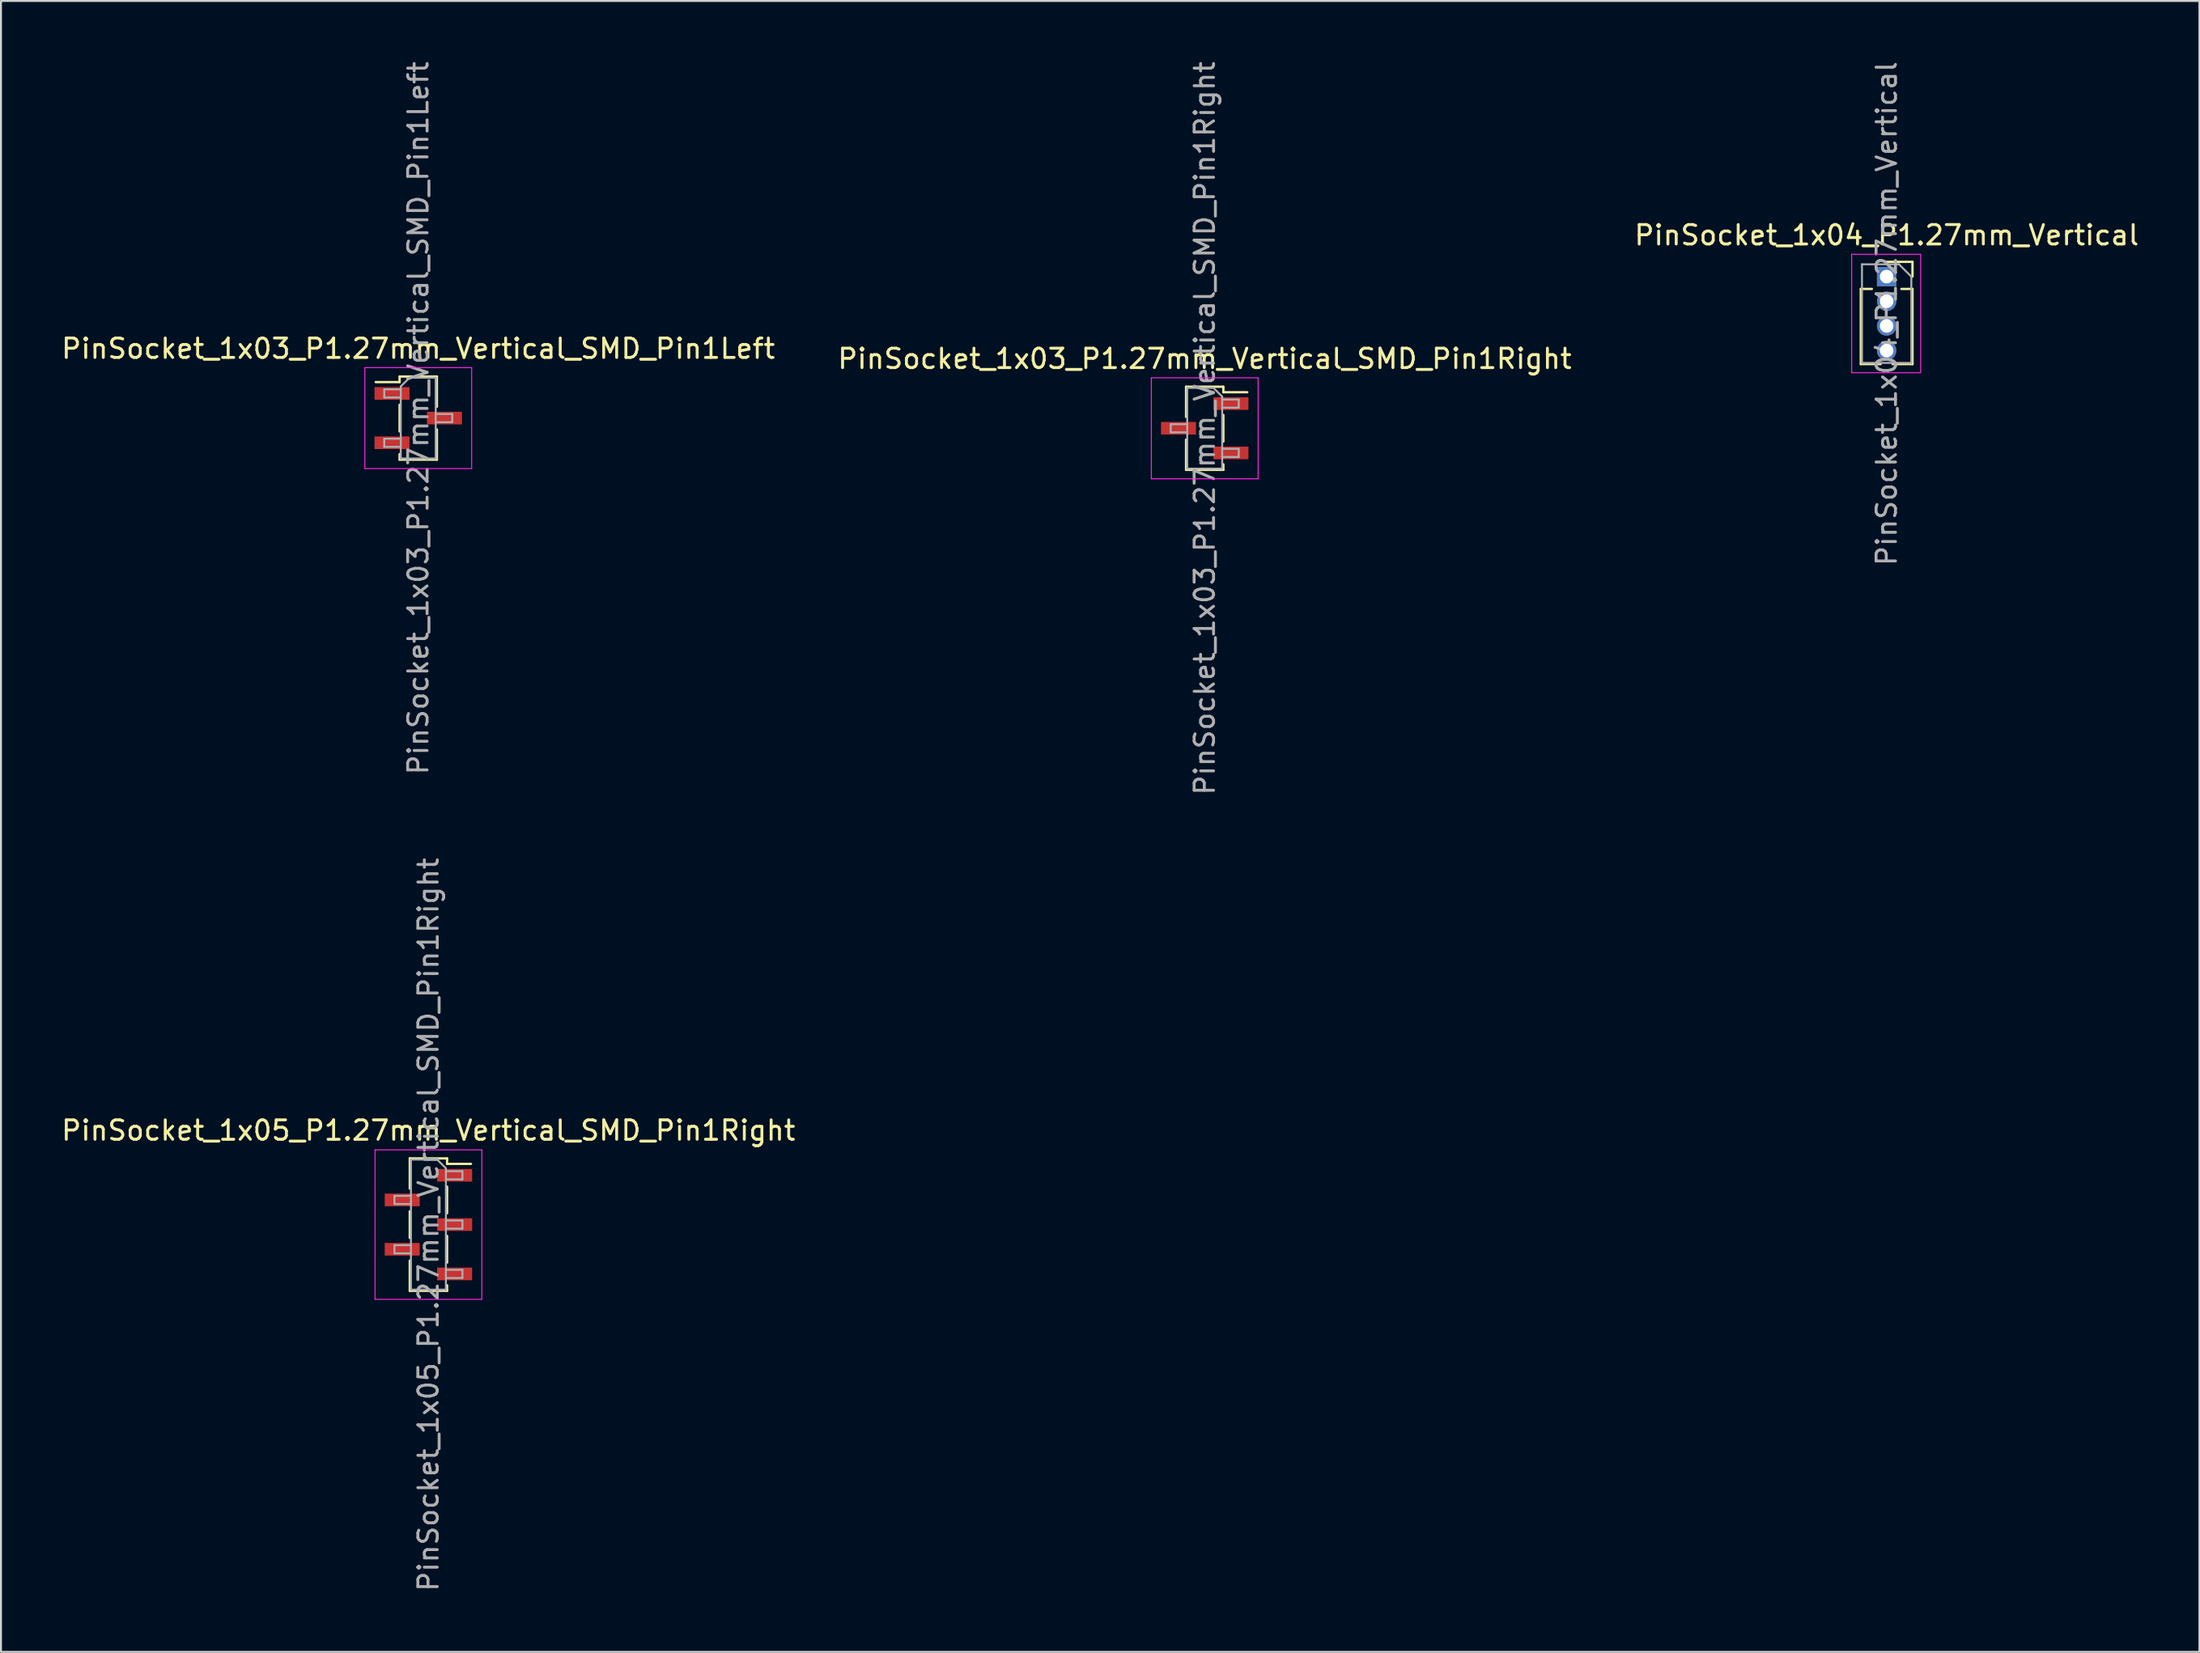
<source format=kicad_pcb>
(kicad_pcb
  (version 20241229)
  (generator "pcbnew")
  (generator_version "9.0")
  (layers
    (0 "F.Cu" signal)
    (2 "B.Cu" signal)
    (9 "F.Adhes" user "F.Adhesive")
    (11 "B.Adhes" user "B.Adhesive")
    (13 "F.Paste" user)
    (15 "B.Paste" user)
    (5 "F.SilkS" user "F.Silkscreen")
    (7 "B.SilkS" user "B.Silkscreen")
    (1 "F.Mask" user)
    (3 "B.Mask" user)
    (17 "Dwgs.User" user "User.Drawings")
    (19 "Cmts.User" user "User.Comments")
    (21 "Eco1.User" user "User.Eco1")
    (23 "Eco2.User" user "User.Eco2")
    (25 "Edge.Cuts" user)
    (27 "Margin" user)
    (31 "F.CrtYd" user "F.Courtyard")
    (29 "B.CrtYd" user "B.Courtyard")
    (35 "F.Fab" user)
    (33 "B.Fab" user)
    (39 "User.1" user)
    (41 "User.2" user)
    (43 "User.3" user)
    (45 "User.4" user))
  (footprint "PinSocket_1x04_P1.27mm_Vertical"
    (layer "F.Cu")
    (at 94.077 11.196)
    (property "Reference" "PinSocket_1x04_P1.27mm_Vertical" (at 0 -2.135 0) (layer "F.SilkS") (effects (font (size 1 1) (thickness 0.15))))
    (attr through_hole)
    (fp_line (start -1.33 0.635) (end -1.33 4.505) (stroke (width 0.12) (type solid)) (layer "F.SilkS"))
    (fp_line (start -1.33 0.635) (end -0.76 0.635) (stroke (width 0.12) (type solid)) (layer "F.SilkS"))
    (fp_line (start -1.33 4.505) (end -0.308 4.505) (stroke (width 0.12) (type solid)) (layer "F.SilkS"))
    (fp_line (start 0 -0.76) (end 1.33 -0.76) (stroke (width 0.12) (type solid)) (layer "F.SilkS"))
    (fp_line (start 0.308 4.505) (end 1.33 4.505) (stroke (width 0.12) (type solid)) (layer "F.SilkS"))
    (fp_line (start 0.76 0.635) (end 1.33 0.635) (stroke (width 0.12) (type solid)) (layer "F.SilkS"))
    (fp_line (start 1.33 -0.76) (end 1.33 0) (stroke (width 0.12) (type solid)) (layer "F.SilkS"))
    (fp_line (start 1.33 0.635) (end 1.33 4.505) (stroke (width 0.12) (type solid)) (layer "F.SilkS"))
    (fp_line (start -1.8 -1.15) (end 1.75 -1.15) (stroke (width 0.05) (type solid)) (layer "F.CrtYd"))
    (fp_line (start -1.8 4.95) (end -1.8 -1.15) (stroke (width 0.05) (type solid)) (layer "F.CrtYd"))
    (fp_line (start 1.75 -1.15) (end 1.75 4.95) (stroke (width 0.05) (type solid)) (layer "F.CrtYd"))
    (fp_line (start 1.75 4.95) (end -1.8 4.95) (stroke (width 0.05) (type solid)) (layer "F.CrtYd"))
    (fp_line (start -1.27 -0.635) (end 0.635 -0.635) (stroke (width 0.1) (type solid)) (layer "F.Fab"))
    (fp_line (start -1.27 4.445) (end -1.27 -0.635) (stroke (width 0.1) (type solid)) (layer "F.Fab"))
    (fp_line (start 0.635 -0.635) (end 1.27 0) (stroke (width 0.1) (type solid)) (layer "F.Fab"))
    (fp_line (start 1.27 0) (end 1.27 4.445) (stroke (width 0.1) (type solid)) (layer "F.Fab"))
    (fp_line (start 1.27 4.445) (end -1.27 4.445) (stroke (width 0.1) (type solid)) (layer "F.Fab"))
    (fp_text user "${REFERENCE}" (at 0 1.905 90) (layer "F.Fab") (effects (font (size 1 1) (thickness 0.15))))
    (pad "1" thru_hole rect (at 0 0) (size 1 1) (drill 0.7) (layers "*.Cu" "*.Mask"))
    (pad "2" thru_hole oval (at 0 1.27) (size 1 1) (drill 0.7) (layers "*.Cu" "*.Mask"))
    (pad "3" thru_hole oval (at 0 2.54) (size 1 1) (drill 0.7) (layers "*.Cu" "*.Mask"))
    (pad "4" thru_hole oval (at 0 3.81) (size 1 1) (drill 0.7) (layers "*.Cu" "*.Mask")))
  (footprint "PinSocket_1x03_P1.27mm_Vertical_SMD_Pin1Right"
    (layer "F.Cu")
    (at 58.97 19.006)
    (property "Reference" "PinSocket_1x03_P1.27mm_Vertical_SMD_Pin1Right" (at 0 -3.58 0) (layer "F.SilkS") (effects (font (size 1 1) (thickness 0.15))))
    (attr smd)
    (fp_line (start -0.96 -2.14) (end -0.96 -0.585) (stroke (width 0.12) (type solid)) (layer "F.SilkS"))
    (fp_line (start -0.96 -2.14) (end 0.96 -2.14) (stroke (width 0.12) (type solid)) (layer "F.SilkS"))
    (fp_line (start -0.96 0.585) (end -0.96 2.14) (stroke (width 0.12) (type solid)) (layer "F.SilkS"))
    (fp_line (start -0.96 2.14) (end 0.96 2.14) (stroke (width 0.12) (type solid)) (layer "F.SilkS"))
    (fp_line (start 0.96 -2.14) (end 0.96 -1.855) (stroke (width 0.12) (type solid)) (layer "F.SilkS"))
    (fp_line (start 0.96 -1.855) (end 2.19 -1.855) (stroke (width 0.12) (type solid)) (layer "F.SilkS"))
    (fp_line (start 0.96 -0.685) (end 0.96 0.685) (stroke (width 0.12) (type solid)) (layer "F.SilkS"))
    (fp_line (start 0.96 1.855) (end 0.96 2.14) (stroke (width 0.12) (type solid)) (layer "F.SilkS"))
    (fp_line (start -2.75 -2.6) (end 2.75 -2.6) (stroke (width 0.05) (type solid)) (layer "F.CrtYd"))
    (fp_line (start -2.75 2.6) (end -2.75 -2.6) (stroke (width 0.05) (type solid)) (layer "F.CrtYd"))
    (fp_line (start 2.75 -2.6) (end 2.75 2.6) (stroke (width 0.05) (type solid)) (layer "F.CrtYd"))
    (fp_line (start 2.75 2.6) (end -2.75 2.6) (stroke (width 0.05) (type solid)) (layer "F.CrtYd"))
    (fp_line (start -1.75 -0.21) (end -0.9 -0.21) (stroke (width 0.1) (type solid)) (layer "F.Fab"))
    (fp_line (start -1.75 0.21) (end -1.75 -0.21) (stroke (width 0.1) (type solid)) (layer "F.Fab"))
    (fp_line (start -0.9 -2.08) (end 0.45 -2.08) (stroke (width 0.1) (type solid)) (layer "F.Fab"))
    (fp_line (start -0.9 0.21) (end -1.75 0.21) (stroke (width 0.1) (type solid)) (layer "F.Fab"))
    (fp_line (start -0.9 2.08) (end -0.9 -2.08) (stroke (width 0.1) (type solid)) (layer "F.Fab"))
    (fp_line (start 0.45 -2.08) (end 0.9 -1.63) (stroke (width 0.1) (type solid)) (layer "F.Fab"))
    (fp_line (start 0.9 -1.63) (end 0.9 2.08) (stroke (width 0.1) (type solid)) (layer "F.Fab"))
    (fp_line (start 0.9 -1.48) (end 1.75 -1.48) (stroke (width 0.1) (type solid)) (layer "F.Fab"))
    (fp_line (start 0.9 1.06) (end 1.75 1.06) (stroke (width 0.1) (type solid)) (layer "F.Fab"))
    (fp_line (start 0.9 2.08) (end -0.9 2.08) (stroke (width 0.1) (type solid)) (layer "F.Fab"))
    (fp_line (start 1.75 -1.48) (end 1.75 -1.06) (stroke (width 0.1) (type solid)) (layer "F.Fab"))
    (fp_line (start 1.75 -1.06) (end 0.9 -1.06) (stroke (width 0.1) (type solid)) (layer "F.Fab"))
    (fp_line (start 1.75 1.06) (end 1.75 1.48) (stroke (width 0.1) (type solid)) (layer "F.Fab"))
    (fp_line (start 1.75 1.48) (end 0.9 1.48) (stroke (width 0.1) (type solid)) (layer "F.Fab"))
    (fp_text user "${REFERENCE}" (at 0 0 90) (layer "F.Fab") (effects (font (size 1 1) (thickness 0.15))))
    (pad "1" smd rect (at 1.35 -1.27) (size 1.8 0.65) (layers "F.Cu" "F.Mask" "F.Paste"))
    (pad "2" smd rect (at -1.35 0) (size 1.8 0.65) (layers "F.Cu" "F.Mask" "F.Paste"))
    (pad "3" smd rect (at 1.35 1.27) (size 1.8 0.65) (layers "F.Cu" "F.Mask" "F.Paste")))
  (footprint "PinSocket_1x05_P1.27mm_Vertical_SMD_Pin1Right"
    (layer "F.Cu")
    (at 19.006 60.018)
    (property "Reference" "PinSocket_1x05_P1.27mm_Vertical_SMD_Pin1Right" (at 0 -4.85 0) (layer "F.SilkS") (effects (font (size 1 1) (thickness 0.15))))
    (attr smd)
    (fp_line (start -0.96 -3.41) (end -0.96 -1.855) (stroke (width 0.12) (type solid)) (layer "F.SilkS"))
    (fp_line (start -0.96 -3.41) (end 0.96 -3.41) (stroke (width 0.12) (type solid)) (layer "F.SilkS"))
    (fp_line (start -0.96 -0.685) (end -0.96 0.685) (stroke (width 0.12) (type solid)) (layer "F.SilkS"))
    (fp_line (start -0.96 1.855) (end -0.96 3.41) (stroke (width 0.12) (type solid)) (layer "F.SilkS"))
    (fp_line (start -0.96 3.41) (end 0.96 3.41) (stroke (width 0.12) (type solid)) (layer "F.SilkS"))
    (fp_line (start 0.96 -3.41) (end 0.96 -3.125) (stroke (width 0.12) (type solid)) (layer "F.SilkS"))
    (fp_line (start 0.96 -3.125) (end 2.19 -3.125) (stroke (width 0.12) (type solid)) (layer "F.SilkS"))
    (fp_line (start 0.96 -1.955) (end 0.96 -0.585) (stroke (width 0.12) (type solid)) (layer "F.SilkS"))
    (fp_line (start 0.96 0.585) (end 0.96 1.955) (stroke (width 0.12) (type solid)) (layer "F.SilkS"))
    (fp_line (start 0.96 3.125) (end 0.96 3.41) (stroke (width 0.12) (type solid)) (layer "F.SilkS"))
    (fp_line (start -2.75 -3.85) (end 2.75 -3.85) (stroke (width 0.05) (type solid)) (layer "F.CrtYd"))
    (fp_line (start -2.75 3.85) (end -2.75 -3.85) (stroke (width 0.05) (type solid)) (layer "F.CrtYd"))
    (fp_line (start 2.75 -3.85) (end 2.75 3.85) (stroke (width 0.05) (type solid)) (layer "F.CrtYd"))
    (fp_line (start 2.75 3.85) (end -2.75 3.85) (stroke (width 0.05) (type solid)) (layer "F.CrtYd"))
    (fp_line (start -1.75 -1.48) (end -0.9 -1.48) (stroke (width 0.1) (type solid)) (layer "F.Fab"))
    (fp_line (start -1.75 -1.06) (end -1.75 -1.48) (stroke (width 0.1) (type solid)) (layer "F.Fab"))
    (fp_line (start -1.75 1.06) (end -0.9 1.06) (stroke (width 0.1) (type solid)) (layer "F.Fab"))
    (fp_line (start -1.75 1.48) (end -1.75 1.06) (stroke (width 0.1) (type solid)) (layer "F.Fab"))
    (fp_line (start -0.9 -3.35) (end 0.45 -3.35) (stroke (width 0.1) (type solid)) (layer "F.Fab"))
    (fp_line (start -0.9 -1.06) (end -1.75 -1.06) (stroke (width 0.1) (type solid)) (layer "F.Fab"))
    (fp_line (start -0.9 1.48) (end -1.75 1.48) (stroke (width 0.1) (type solid)) (layer "F.Fab"))
    (fp_line (start -0.9 3.35) (end -0.9 -3.35) (stroke (width 0.1) (type solid)) (layer "F.Fab"))
    (fp_line (start 0.45 -3.35) (end 0.9 -2.9) (stroke (width 0.1) (type solid)) (layer "F.Fab"))
    (fp_line (start 0.9 -2.9) (end 0.9 3.35) (stroke (width 0.1) (type solid)) (layer "F.Fab"))
    (fp_line (start 0.9 -2.75) (end 1.75 -2.75) (stroke (width 0.1) (type solid)) (layer "F.Fab"))
    (fp_line (start 0.9 -0.21) (end 1.75 -0.21) (stroke (width 0.1) (type solid)) (layer "F.Fab"))
    (fp_line (start 0.9 2.33) (end 1.75 2.33) (stroke (width 0.1) (type solid)) (layer "F.Fab"))
    (fp_line (start 0.9 3.35) (end -0.9 3.35) (stroke (width 0.1) (type solid)) (layer "F.Fab"))
    (fp_line (start 1.75 -2.75) (end 1.75 -2.33) (stroke (width 0.1) (type solid)) (layer "F.Fab"))
    (fp_line (start 1.75 -2.33) (end 0.9 -2.33) (stroke (width 0.1) (type solid)) (layer "F.Fab"))
    (fp_line (start 1.75 -0.21) (end 1.75 0.21) (stroke (width 0.1) (type solid)) (layer "F.Fab"))
    (fp_line (start 1.75 0.21) (end 0.9 0.21) (stroke (width 0.1) (type solid)) (layer "F.Fab"))
    (fp_line (start 1.75 2.33) (end 1.75 2.75) (stroke (width 0.1) (type solid)) (layer "F.Fab"))
    (fp_line (start 1.75 2.75) (end 0.9 2.75) (stroke (width 0.1) (type solid)) (layer "F.Fab"))
    (fp_text user "${REFERENCE}" (at 0 0 90) (layer "F.Fab") (effects (font (size 1 1) (thickness 0.15))))
    (pad "1" smd rect (at 1.35 -2.54) (size 1.8 0.65) (layers "F.Cu" "F.Mask" "F.Paste"))
    (pad "2" smd rect (at -1.35 -1.27) (size 1.8 0.65) (layers "F.Cu" "F.Mask" "F.Paste"))
    (pad "3" smd rect (at 1.35 0) (size 1.8 0.65) (layers "F.Cu" "F.Mask" "F.Paste"))
    (pad "4" smd rect (at -1.35 1.27) (size 1.8 0.65) (layers "F.Cu" "F.Mask" "F.Paste"))
    (pad "5" smd rect (at 1.35 2.54) (size 1.8 0.65) (layers "F.Cu" "F.Mask" "F.Paste")))
  (footprint "PinSocket_1x03_P1.27mm_Vertical_SMD_Pin1Left"
    (layer "F.Cu")
    (at 18.482 18.482)
    (property "Reference" "PinSocket_1x03_P1.27mm_Vertical_SMD_Pin1Left" (at 0 -3.58 0) (layer "F.SilkS") (effects (font (size 1 1) (thickness 0.15))))
    (attr smd)
    (fp_line (start -2.19 -1.855) (end -0.96 -1.855) (stroke (width 0.12) (type solid)) (layer "F.SilkS"))
    (fp_line (start -0.96 -2.14) (end -0.96 -1.855) (stroke (width 0.12) (type solid)) (layer "F.SilkS"))
    (fp_line (start -0.96 -2.14) (end 0.96 -2.14) (stroke (width 0.12) (type solid)) (layer "F.SilkS"))
    (fp_line (start -0.96 -0.685) (end -0.96 0.685) (stroke (width 0.12) (type solid)) (layer "F.SilkS"))
    (fp_line (start -0.96 1.855) (end -0.96 2.14) (stroke (width 0.12) (type solid)) (layer "F.SilkS"))
    (fp_line (start -0.96 2.14) (end 0.96 2.14) (stroke (width 0.12) (type solid)) (layer "F.SilkS"))
    (fp_line (start 0.96 -2.14) (end 0.96 -0.585) (stroke (width 0.12) (type solid)) (layer "F.SilkS"))
    (fp_line (start 0.96 0.585) (end 0.96 2.14) (stroke (width 0.12) (type solid)) (layer "F.SilkS"))
    (fp_line (start -2.75 -2.6) (end 2.75 -2.6) (stroke (width 0.05) (type solid)) (layer "F.CrtYd"))
    (fp_line (start -2.75 2.6) (end -2.75 -2.6) (stroke (width 0.05) (type solid)) (layer "F.CrtYd"))
    (fp_line (start 2.75 -2.6) (end 2.75 2.6) (stroke (width 0.05) (type solid)) (layer "F.CrtYd"))
    (fp_line (start 2.75 2.6) (end -2.75 2.6) (stroke (width 0.05) (type solid)) (layer "F.CrtYd"))
    (fp_line (start -1.75 -1.48) (end -0.9 -1.48) (stroke (width 0.1) (type solid)) (layer "F.Fab"))
    (fp_line (start -1.75 -1.06) (end -1.75 -1.48) (stroke (width 0.1) (type solid)) (layer "F.Fab"))
    (fp_line (start -1.75 1.06) (end -0.9 1.06) (stroke (width 0.1) (type solid)) (layer "F.Fab"))
    (fp_line (start -1.75 1.48) (end -1.75 1.06) (stroke (width 0.1) (type solid)) (layer "F.Fab"))
    (fp_line (start -0.9 -1.63) (end -0.45 -2.08) (stroke (width 0.1) (type solid)) (layer "F.Fab"))
    (fp_line (start -0.9 -1.06) (end -1.75 -1.06) (stroke (width 0.1) (type solid)) (layer "F.Fab"))
    (fp_line (start -0.9 1.48) (end -1.75 1.48) (stroke (width 0.1) (type solid)) (layer "F.Fab"))
    (fp_line (start -0.9 2.08) (end -0.9 -1.63) (stroke (width 0.1) (type solid)) (layer "F.Fab"))
    (fp_line (start -0.45 -2.08) (end 0.9 -2.08) (stroke (width 0.1) (type solid)) (layer "F.Fab"))
    (fp_line (start 0.9 -2.08) (end 0.9 2.08) (stroke (width 0.1) (type solid)) (layer "F.Fab"))
    (fp_line (start 0.9 -0.21) (end 1.75 -0.21) (stroke (width 0.1) (type solid)) (layer "F.Fab"))
    (fp_line (start 0.9 2.08) (end -0.9 2.08) (stroke (width 0.1) (type solid)) (layer "F.Fab"))
    (fp_line (start 1.75 -0.21) (end 1.75 0.21) (stroke (width 0.1) (type solid)) (layer "F.Fab"))
    (fp_line (start 1.75 0.21) (end 0.9 0.21) (stroke (width 0.1) (type solid)) (layer "F.Fab"))
    (fp_text user "${REFERENCE}" (at 0 0 90) (layer "F.Fab") (effects (font (size 1 1) (thickness 0.15))))
    (pad "1" smd rect (at -1.35 -1.27) (size 1.8 0.65) (layers "F.Cu" "F.Mask" "F.Paste"))
    (pad "2" smd rect (at 1.35 0) (size 1.8 0.65) (layers "F.Cu" "F.Mask" "F.Paste"))
    (pad "3" smd rect (at -1.35 1.27) (size 1.8 0.65) (layers "F.Cu" "F.Mask" "F.Paste")))
  (gr_rect
    (start -3 -3)
    (end 110.179 82.024)
    (stroke (width 0.1) (type default))
    (fill no)
    (layer "Edge.Cuts")))
</source>
